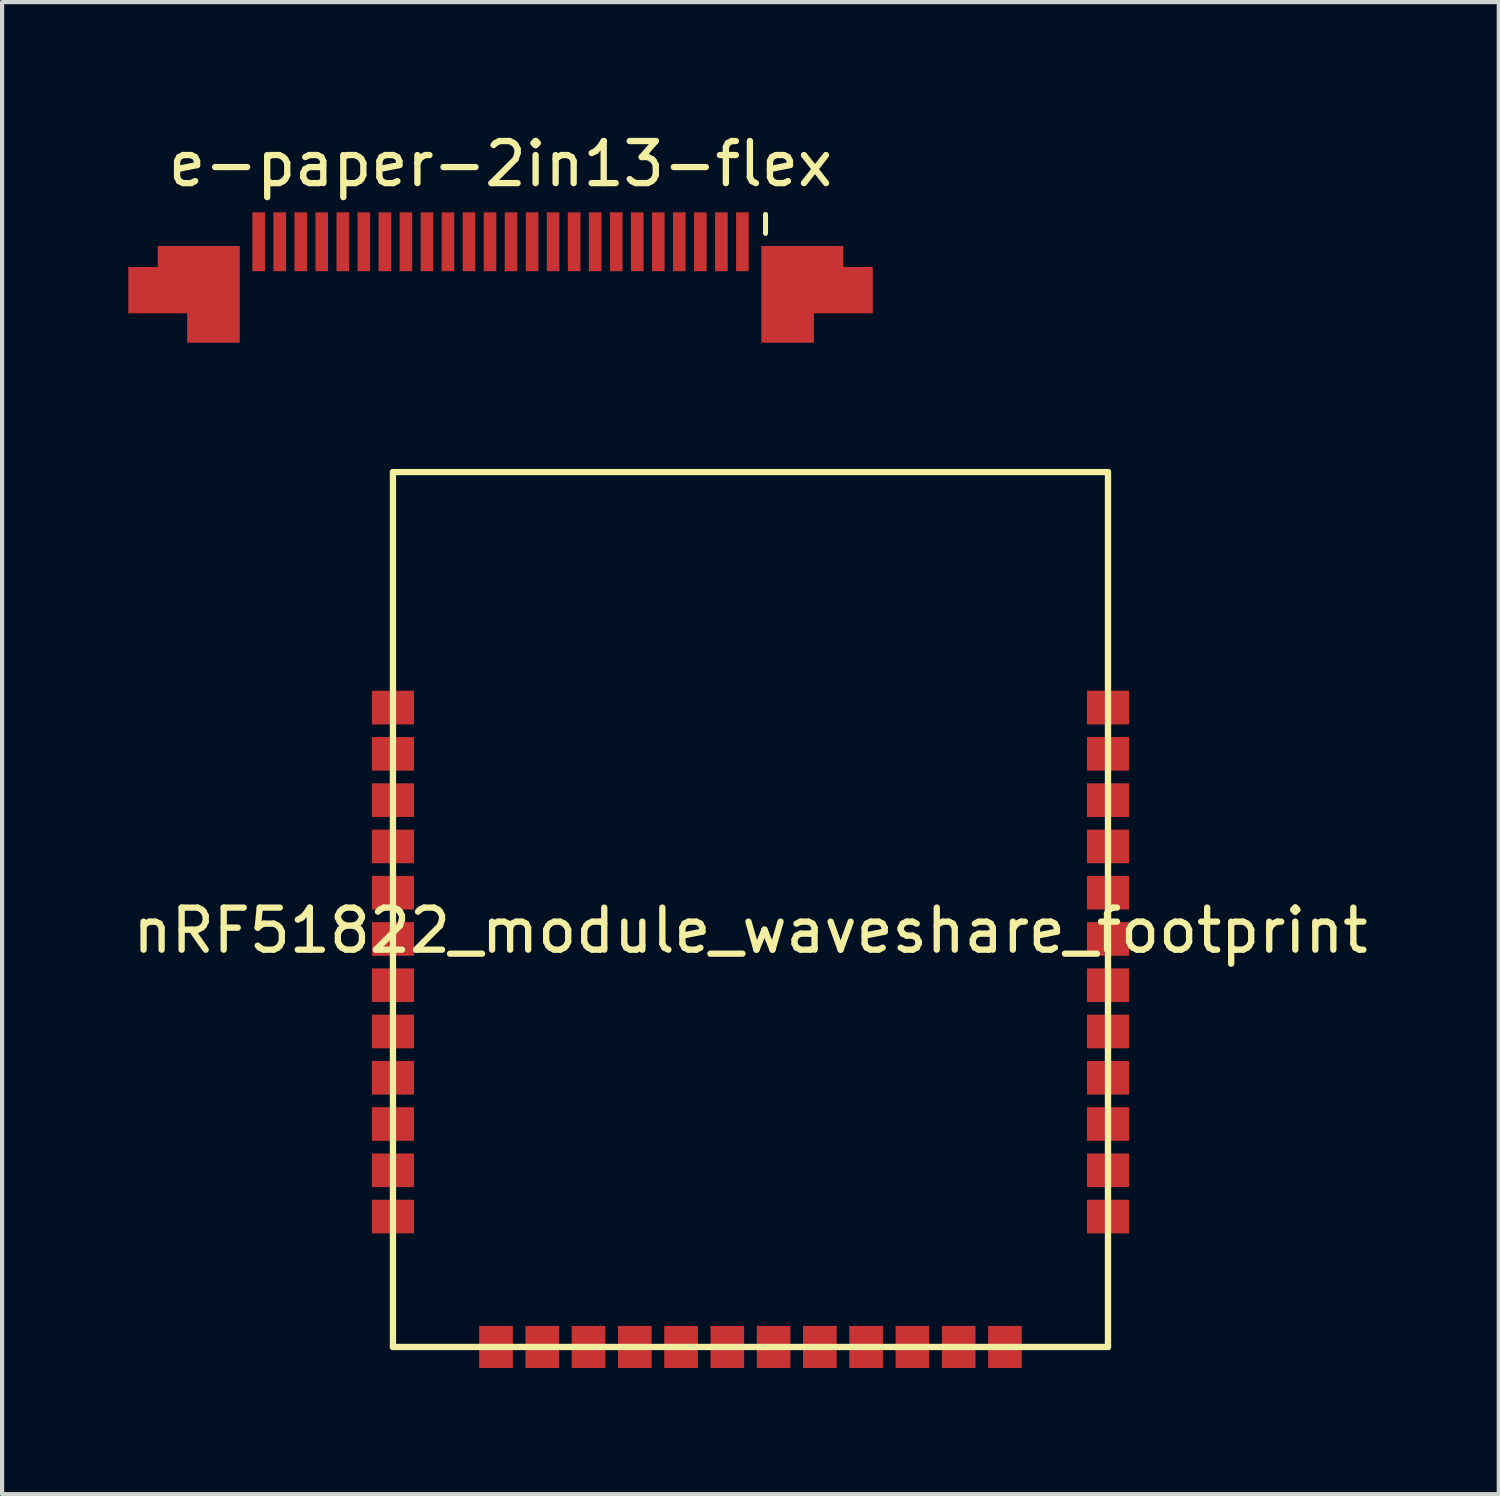
<source format=kicad_pcb>
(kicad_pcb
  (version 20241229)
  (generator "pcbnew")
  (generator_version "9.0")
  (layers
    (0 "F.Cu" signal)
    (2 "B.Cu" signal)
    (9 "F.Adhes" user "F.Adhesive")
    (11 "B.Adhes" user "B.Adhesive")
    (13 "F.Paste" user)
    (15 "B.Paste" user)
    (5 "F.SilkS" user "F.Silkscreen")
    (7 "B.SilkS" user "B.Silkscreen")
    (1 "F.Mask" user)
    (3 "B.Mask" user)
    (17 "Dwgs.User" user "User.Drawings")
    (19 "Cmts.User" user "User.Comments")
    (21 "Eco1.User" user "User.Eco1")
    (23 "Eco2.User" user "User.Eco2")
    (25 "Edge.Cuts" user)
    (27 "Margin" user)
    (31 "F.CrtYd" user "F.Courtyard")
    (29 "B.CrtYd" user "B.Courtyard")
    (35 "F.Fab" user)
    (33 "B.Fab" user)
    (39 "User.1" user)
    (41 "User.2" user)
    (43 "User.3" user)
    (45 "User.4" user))
  (footprint "nRF51822_module_waveshare_footprint"
    (layer "F.Cu")
    (at 14.792 18.573)
    (property "Reference" "nRF51822_module_waveshare_footprint" (at 0 0.5 0) (layer "F.SilkS") (effects (font (size 1 1) (thickness 0.15))))
    (attr through_hole)
    (fp_line (start -8.5 -10.4) (end -8.5 10.4) (stroke (width 0.15) (type solid)) (layer "F.SilkS"))
    (fp_line (start -8.5 -10.4) (end 8.5 -10.4) (stroke (width 0.15) (type solid)) (layer "F.SilkS"))
    (fp_line (start 8.5 -10.4) (end 8.5 10.4) (stroke (width 0.15) (type solid)) (layer "F.SilkS"))
    (fp_line (start 8.5 10.4) (end -8.5 10.4) (stroke (width 0.15) (type solid)) (layer "F.SilkS"))
    (pad "1" smd rect (at -8.5 -4.8) (size 1 0.8) (layers "F.Cu" "F.Mask" "F.Paste"))
    (pad "2" smd rect (at -8.5 -3.7) (size 1 0.8) (layers "F.Cu" "F.Mask" "F.Paste"))
    (pad "3" smd rect (at -8.5 -2.6) (size 1 0.8) (layers "F.Cu" "F.Mask" "F.Paste"))
    (pad "4" smd rect (at -8.5 -1.5) (size 1 0.8) (layers "F.Cu" "F.Mask" "F.Paste"))
    (pad "5" smd rect (at -8.5 -0.4) (size 1 0.8) (layers "F.Cu" "F.Mask" "F.Paste"))
    (pad "6" smd rect (at -8.5 0.7) (size 1 0.8) (layers "F.Cu" "F.Mask" "F.Paste"))
    (pad "7" smd rect (at -8.5 1.8) (size 1 0.8) (layers "F.Cu" "F.Mask" "F.Paste"))
    (pad "8" smd rect (at -8.5 2.9) (size 1 0.8) (layers "F.Cu" "F.Mask" "F.Paste"))
    (pad "9" smd rect (at -8.5 4) (size 1 0.8) (layers "F.Cu" "F.Mask" "F.Paste"))
    (pad "10" smd rect (at -8.5 5.1) (size 1 0.8) (layers "F.Cu" "F.Mask" "F.Paste"))
    (pad "11" smd rect (at -8.5 6.2) (size 1 0.8) (layers "F.Cu" "F.Mask" "F.Paste"))
    (pad "12" smd rect (at -8.5 7.3) (size 1 0.8) (layers "F.Cu" "F.Mask" "F.Paste"))
    (pad "13" smd rect (at -6.05 10.4) (size 0.8 1) (layers "F.Cu" "F.Mask" "F.Paste"))
    (pad "14" smd rect (at -4.95 10.4) (size 0.8 1) (layers "F.Cu" "F.Mask" "F.Paste"))
    (pad "15" smd rect (at -3.85 10.4) (size 0.8 1) (layers "F.Cu" "F.Mask" "F.Paste"))
    (pad "16" smd rect (at -2.75 10.4) (size 0.8 1) (layers "F.Cu" "F.Mask" "F.Paste"))
    (pad "17" smd rect (at -1.65 10.4) (size 0.8 1) (layers "F.Cu" "F.Mask" "F.Paste"))
    (pad "18" smd rect (at -0.55 10.4) (size 0.8 1) (layers "F.Cu" "F.Mask" "F.Paste"))
    (pad "19" smd rect (at 0.55 10.4) (size 0.8 1) (layers "F.Cu" "F.Mask" "F.Paste"))
    (pad "20" smd rect (at 1.65 10.4) (size 0.8 1) (layers "F.Cu" "F.Mask" "F.Paste"))
    (pad "21" smd rect (at 2.75 10.4) (size 0.8 1) (layers "F.Cu" "F.Mask" "F.Paste"))
    (pad "22" smd rect (at 3.85 10.4) (size 0.8 1) (layers "F.Cu" "F.Mask" "F.Paste"))
    (pad "23" smd rect (at 4.95 10.4) (size 0.8 1) (layers "F.Cu" "F.Mask" "F.Paste"))
    (pad "24" smd rect (at 6.05 10.4) (size 0.8 1) (layers "F.Cu" "F.Mask" "F.Paste"))
    (pad "25" smd rect (at 8.5 7.3) (size 1 0.8) (layers "F.Cu" "F.Mask" "F.Paste"))
    (pad "26" smd rect (at 8.5 6.2) (size 1 0.8) (layers "F.Cu" "F.Mask" "F.Paste"))
    (pad "27" smd rect (at 8.5 5.1) (size 1 0.8) (layers "F.Cu" "F.Mask" "F.Paste"))
    (pad "28" smd rect (at 8.5 4) (size 1 0.8) (layers "F.Cu" "F.Mask" "F.Paste"))
    (pad "29" smd rect (at 8.5 2.9) (size 1 0.8) (layers "F.Cu" "F.Mask" "F.Paste"))
    (pad "30" smd rect (at 8.5 1.8) (size 1 0.8) (layers "F.Cu" "F.Mask" "F.Paste"))
    (pad "31" smd rect (at 8.5 0.7) (size 1 0.8) (layers "F.Cu" "F.Mask" "F.Paste"))
    (pad "32" smd rect (at 8.5 -0.4) (size 1 0.8) (layers "F.Cu" "F.Mask" "F.Paste"))
    (pad "33" smd rect (at 8.5 -1.5) (size 1 0.8) (layers "F.Cu" "F.Mask" "F.Paste"))
    (pad "34" smd rect (at 8.5 -2.6) (size 1 0.8) (layers "F.Cu" "F.Mask" "F.Paste"))
    (pad "35" smd rect (at 8.5 -3.7) (size 1 0.8) (layers "F.Cu" "F.Mask" "F.Paste"))
    (pad "36" smd rect (at 8.5 -4.8) (size 1 0.8) (layers "F.Cu" "F.Mask" "F.Paste")))
  (footprint "e-paper-2in13-flex"
    (layer "F.Cu")
    (at 8.85 4.548)
    (property "Reference" "e-paper-2in13-flex" (at 0 -3.7 0) (layer "F.SilkS") (effects (font (size 1 1) (thickness 0.15))))
    (attr smd)
    (fp_line (start 6.3 -2.05) (end 6.3 -2.5) (stroke (width 0.12) (type solid)) (layer "F.SilkS"))
    (pad "1" smd rect (at 5.75 -1.85) (size 0.3 1.4) (layers "F.Cu" "F.Mask" "F.Paste"))
    (pad "2" smd rect (at 5.25 -1.85) (size 0.3 1.4) (layers "F.Cu" "F.Mask" "F.Paste"))
    (pad "3" smd rect (at 4.75 -1.85) (size 0.3 1.4) (layers "F.Cu" "F.Mask" "F.Paste"))
    (pad "4" smd rect (at 4.25 -1.85) (size 0.3 1.4) (layers "F.Cu" "F.Mask" "F.Paste"))
    (pad "5" smd rect (at 3.75 -1.85) (size 0.3 1.4) (layers "F.Cu" "F.Mask" "F.Paste"))
    (pad "6" smd rect (at 3.25 -1.85) (size 0.3 1.4) (layers "F.Cu" "F.Mask" "F.Paste"))
    (pad "7" smd rect (at 2.75 -1.85) (size 0.3 1.4) (layers "F.Cu" "F.Mask" "F.Paste"))
    (pad "8" smd rect (at 2.25 -1.85) (size 0.3 1.4) (layers "F.Cu" "F.Mask" "F.Paste"))
    (pad "9" smd rect (at 1.75 -1.85) (size 0.3 1.4) (layers "F.Cu" "F.Mask" "F.Paste"))
    (pad "10" smd rect (at 1.25 -1.85) (size 0.3 1.4) (layers "F.Cu" "F.Mask" "F.Paste"))
    (pad "11" smd rect (at 0.75 -1.85) (size 0.3 1.4) (layers "F.Cu" "F.Mask" "F.Paste"))
    (pad "12" smd rect (at 0.25 -1.85) (size 0.3 1.4) (layers "F.Cu" "F.Mask" "F.Paste"))
    (pad "13" smd rect (at -0.25 -1.85) (size 0.3 1.4) (layers "F.Cu" "F.Mask" "F.Paste"))
    (pad "14" smd rect (at -0.75 -1.85) (size 0.3 1.4) (layers "F.Cu" "F.Mask" "F.Paste"))
    (pad "15" smd rect (at -1.25 -1.85) (size 0.3 1.4) (layers "F.Cu" "F.Mask" "F.Paste"))
    (pad "16" smd rect (at -1.75 -1.85) (size 0.3 1.4) (layers "F.Cu" "F.Mask" "F.Paste"))
    (pad "17" smd rect (at -2.25 -1.85) (size 0.3 1.4) (layers "F.Cu" "F.Mask" "F.Paste"))
    (pad "18" smd rect (at -2.75 -1.85) (size 0.3 1.4) (layers "F.Cu" "F.Mask" "F.Paste"))
    (pad "19" smd rect (at -3.25 -1.85) (size 0.3 1.4) (layers "F.Cu" "F.Mask" "F.Paste"))
    (pad "20" smd rect (at -3.75 -1.85) (size 0.3 1.4) (layers "F.Cu" "F.Mask" "F.Paste"))
    (pad "21" smd rect (at -4.25 -1.85) (size 0.3 1.4) (layers "F.Cu" "F.Mask" "F.Paste"))
    (pad "22" smd rect (at -4.75 -1.85) (size 0.3 1.4) (layers "F.Cu" "F.Mask" "F.Paste"))
    (pad "23" smd rect (at -5.25 -1.85) (size 0.3 1.4) (layers "F.Cu" "F.Mask" "F.Paste"))
    (pad "24" smd rect (at -5.75 -1.85) (size 0.3 1.4) (layers "F.Cu" "F.Mask" "F.Paste"))
    (pad "MP" smd custom (at -6.25 -1.7) (size 0.1 0.1) (layers "F.Cu" "F.Mask" "F.Paste") (options (anchor rect)) (primitives (gr_poly (pts (xy 0.05 2.25) (xy -1.2 2.25) (xy -1.2 1.55) (xy -2.6 1.55) (xy -2.6 0.45) (xy -1.9 0.45) (xy -1.9 -0.05) (xy 0.05 -0.05)) (width 0) (fill yes))))
    (pad "MP" smd custom (at 6.25 -1.7) (size 0.1 0.1) (layers "F.Cu" "F.Mask" "F.Paste") (options (anchor rect)) (primitives (gr_poly (pts (xy -0.05 2.25) (xy 1.2 2.25) (xy 1.2 1.55) (xy 2.6 1.55) (xy 2.6 0.45) (xy 1.9 0.45) (xy 1.9 -0.05) (xy -0.05 -0.05)) (width 0) (fill yes)))))
  (gr_rect
    (start -3 -3)
    (end 32.583 32.473)
    (stroke (width 0.1) (type default))
    (fill no)
    (layer "Edge.Cuts")))
</source>
